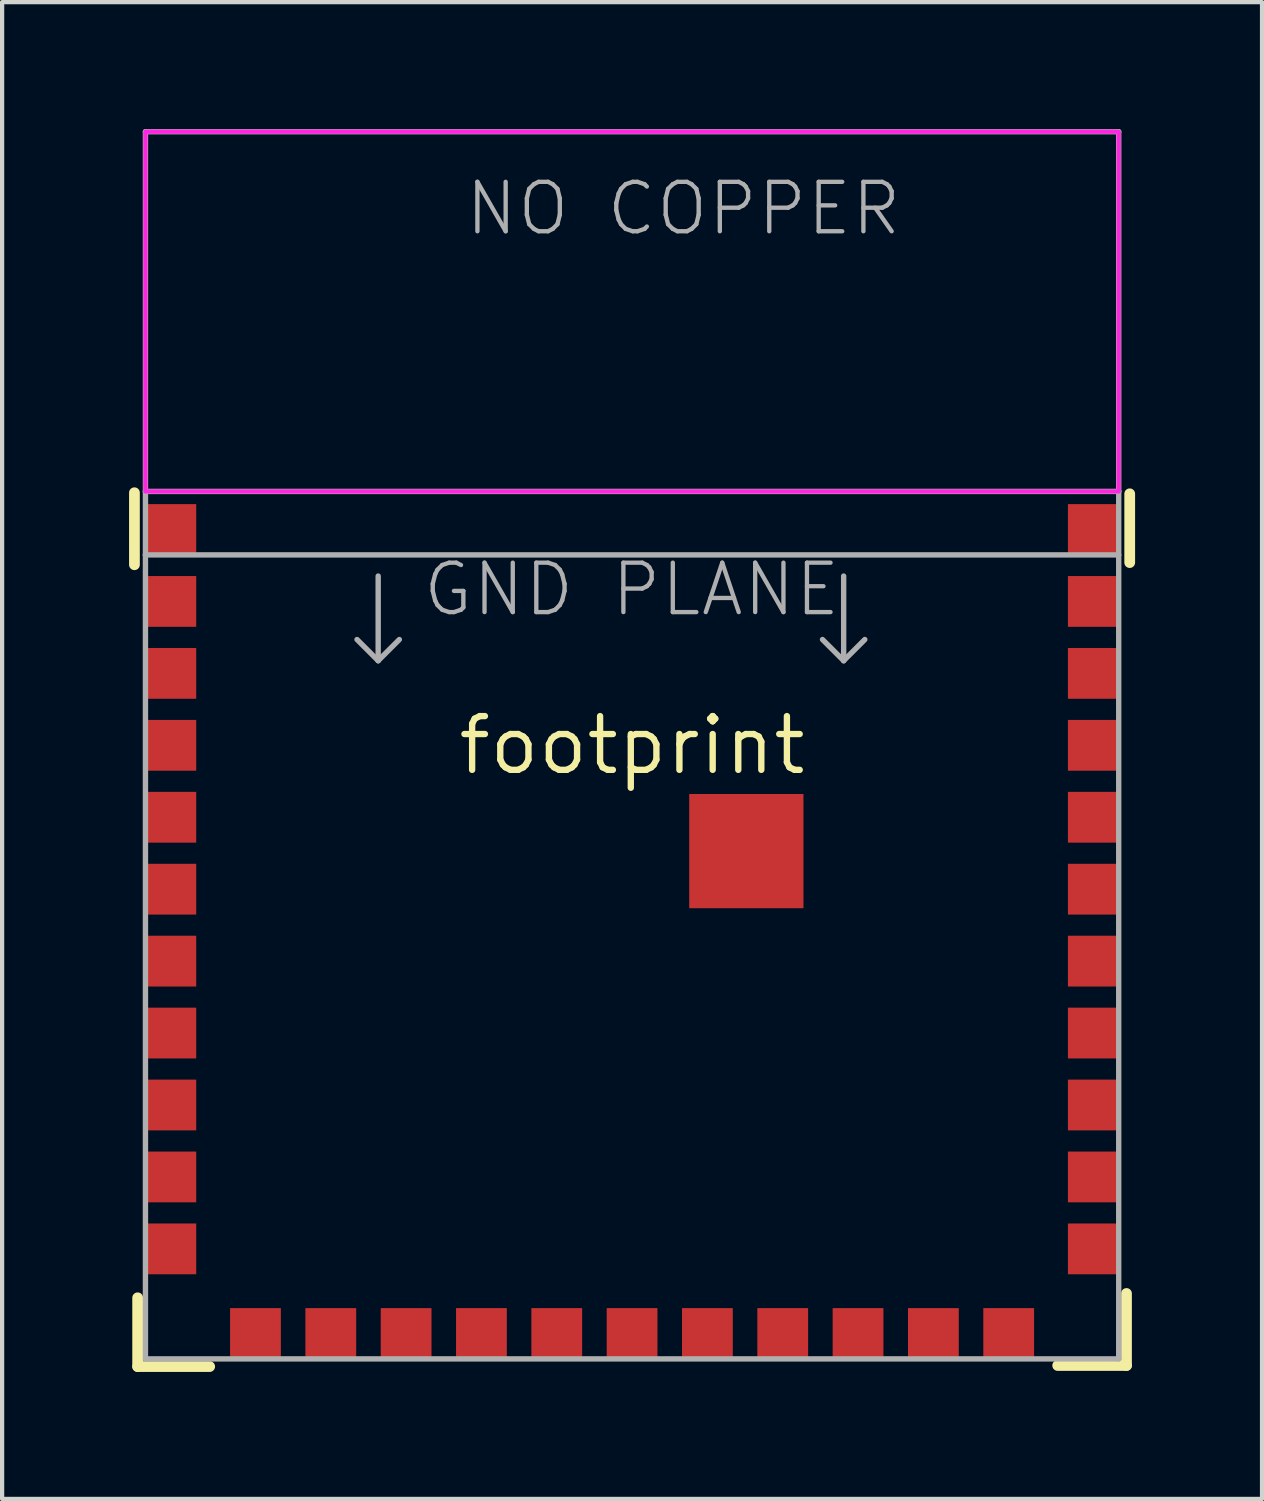
<source format=kicad_pcb>
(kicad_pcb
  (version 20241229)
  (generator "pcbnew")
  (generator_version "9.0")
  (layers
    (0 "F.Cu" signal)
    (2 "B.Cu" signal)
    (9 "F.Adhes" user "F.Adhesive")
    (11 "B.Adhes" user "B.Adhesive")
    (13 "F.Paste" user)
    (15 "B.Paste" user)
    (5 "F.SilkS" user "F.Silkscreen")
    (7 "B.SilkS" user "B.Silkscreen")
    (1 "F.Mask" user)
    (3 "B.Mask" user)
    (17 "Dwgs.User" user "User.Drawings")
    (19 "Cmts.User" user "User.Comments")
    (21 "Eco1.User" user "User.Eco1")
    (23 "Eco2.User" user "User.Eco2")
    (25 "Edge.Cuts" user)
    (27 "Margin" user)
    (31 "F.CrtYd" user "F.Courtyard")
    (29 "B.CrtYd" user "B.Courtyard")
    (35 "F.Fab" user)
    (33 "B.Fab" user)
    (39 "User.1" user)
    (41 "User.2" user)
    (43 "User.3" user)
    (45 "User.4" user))
  (footprint "footprint"
    (layer "F.Cu")
    (at 11.887 14.563)
    (property "Reference" "footprint" (at 0 0 0) (layer "F.SilkS") (effects (font (size 1.27 1.27) (thickness 0.15))))
    (fp_line (start -11.76 -5.969) (end -11.76 -4.267) (stroke (width 0.254) (type solid)) (layer "F.SilkS"))
    (fp_line (start -11.684 13.056) (end -11.684 14.681) (stroke (width 0.254) (type solid)) (layer "F.SilkS"))
    (fp_line (start -11.684 14.681) (end -9.982 14.681) (stroke (width 0.254) (type solid)) (layer "F.SilkS"))
    (fp_line (start 10.058 14.656) (end 11.684 14.656) (stroke (width 0.254) (type solid)) (layer "F.SilkS"))
    (fp_line (start 11.684 14.656) (end 11.684 12.954) (stroke (width 0.254) (type solid)) (layer "F.SilkS"))
    (fp_line (start 11.76 -4.318) (end 11.76 -5.944) (stroke (width 0.254) (type solid)) (layer "F.SilkS"))
    (fp_poly (pts (xy -11.5 -6) (xy 11.5 -6) (xy 11.5 -14.5) (xy -11.5 -14.5)) (stroke (width 0.1) (type solid)) (fill no) (layer "F.CrtYd"))
    (fp_line (start -11.5 -14.5) (end -11.5 -6) (stroke (width 0.127) (type solid)) (layer "F.Fab"))
    (fp_line (start -11.5 -6) (end -11.5 -4.5) (stroke (width 0.127) (type solid)) (layer "F.Fab"))
    (fp_line (start -11.5 -6) (end 11.5 -6) (stroke (width 0.127) (type solid)) (layer "F.Fab"))
    (fp_line (start -11.5 -4.5) (end -11.5 14.5) (stroke (width 0.127) (type solid)) (layer "F.Fab"))
    (fp_line (start -11.5 -4.5) (end 11.5 -4.5) (stroke (width 0.127) (type solid)) (layer "F.Fab"))
    (fp_line (start -11.5 14.5) (end 11.5 14.5) (stroke (width 0.127) (type solid)) (layer "F.Fab"))
    (fp_line (start -6.5 -2.5) (end -6 -2) (stroke (width 0.127) (type solid)) (layer "F.Fab"))
    (fp_line (start -6 -4) (end -6 -2) (stroke (width 0.127) (type solid)) (layer "F.Fab"))
    (fp_line (start -6 -2) (end -5.5 -2.5) (stroke (width 0.127) (type solid)) (layer "F.Fab"))
    (fp_line (start 4.5 -2.5) (end 5 -2) (stroke (width 0.127) (type solid)) (layer "F.Fab"))
    (fp_line (start 5 -4) (end 5 -2) (stroke (width 0.127) (type solid)) (layer "F.Fab"))
    (fp_line (start 5 -2) (end 5.5 -2.5) (stroke (width 0.127) (type solid)) (layer "F.Fab"))
    (fp_line (start 11.5 -14.5) (end -11.5 -14.5) (stroke (width 0.127) (type solid)) (layer "F.Fab"))
    (fp_line (start 11.5 -6) (end 11.5 -14.5) (stroke (width 0.127) (type solid)) (layer "F.Fab"))
    (fp_line (start 11.5 14.5) (end 11.5 -6) (stroke (width 0.127) (type solid)) (layer "F.Fab"))
    (fp_text user "GND PLANE" (at -5 -3 0) (layer "F.Fab") (effects (font (size 1.168 1.168) (thickness 0.102)) (justify left bottom)))
    (fp_text user "NO COPPER" (at -4 -12 0) (layer "F.Fab") (effects (font (size 1.168 1.168) (thickness 0.102)) (justify left bottom)))
    (pad "1" smd rect (at -8.9 13.9 180) (size 1.2 1.2) (layers "F.Cu" "F.Mask" "F.Paste"))
    (pad "2" smd rect (at -7.12 13.9 180) (size 1.2 1.2) (layers "F.Cu" "F.Mask" "F.Paste"))
    (pad "3" smd rect (at -5.34 13.9 180) (size 1.2 1.2) (layers "F.Cu" "F.Mask" "F.Paste"))
    (pad "4" smd rect (at -3.56 13.9 180) (size 1.2 1.2) (layers "F.Cu" "F.Mask" "F.Paste"))
    (pad "5" smd rect (at -1.78 13.9 180) (size 1.2 1.2) (layers "F.Cu" "F.Mask" "F.Paste"))
    (pad "6" smd rect (at 0 13.9 180) (size 1.2 1.2) (layers "F.Cu" "F.Mask" "F.Paste"))
    (pad "7" smd rect (at 1.78 13.9 180) (size 1.2 1.2) (layers "F.Cu" "F.Mask" "F.Paste"))
    (pad "8" smd rect (at 3.56 13.9 180) (size 1.2 1.2) (layers "F.Cu" "F.Mask" "F.Paste"))
    (pad "9" smd rect (at 5.34 13.9 180) (size 1.2 1.2) (layers "F.Cu" "F.Mask" "F.Paste"))
    (pad "10" smd rect (at 7.12 13.9 180) (size 1.2 1.2) (layers "F.Cu" "F.Mask" "F.Paste"))
    (pad "11" smd rect (at 8.9 13.9 180) (size 1.2 1.2) (layers "F.Cu" "F.Mask" "F.Paste"))
    (pad "12" smd rect (at 10.9 11.9 180) (size 1.2 1.2) (layers "F.Cu" "F.Mask" "F.Paste"))
    (pad "13" smd rect (at 10.9 10.2 180) (size 1.2 1.2) (layers "F.Cu" "F.Mask" "F.Paste"))
    (pad "14" smd rect (at 10.9 8.5 180) (size 1.2 1.2) (layers "F.Cu" "F.Mask" "F.Paste"))
    (pad "15" smd rect (at 10.9 6.8 180) (size 1.2 1.2) (layers "F.Cu" "F.Mask" "F.Paste"))
    (pad "16" smd rect (at 10.9 5.1 180) (size 1.2 1.2) (layers "F.Cu" "F.Mask" "F.Paste"))
    (pad "17" smd rect (at 10.9 3.4 180) (size 1.2 1.2) (layers "F.Cu" "F.Mask" "F.Paste"))
    (pad "18" smd rect (at 10.9 1.7 180) (size 1.2 1.2) (layers "F.Cu" "F.Mask" "F.Paste"))
    (pad "19" smd rect (at 10.9 0 180) (size 1.2 1.2) (layers "F.Cu" "F.Mask" "F.Paste"))
    (pad "20" smd rect (at 10.9 -1.7 180) (size 1.2 1.2) (layers "F.Cu" "F.Mask" "F.Paste"))
    (pad "21" smd rect (at 10.9 -3.4 180) (size 1.2 1.2) (layers "F.Cu" "F.Mask" "F.Paste"))
    (pad "22" smd rect (at 10.9 -5.1 180) (size 1.2 1.2) (layers "F.Cu" "F.Mask" "F.Paste"))
    (pad "42" smd rect (at -10.9 -5.1 180) (size 1.2 1.2) (layers "F.Cu" "F.Mask" "F.Paste"))
    (pad "43" smd rect (at -10.9 -3.4 180) (size 1.2 1.2) (layers "F.Cu" "F.Mask" "F.Paste"))
    (pad "44" smd rect (at -10.9 -1.7 180) (size 1.2 1.2) (layers "F.Cu" "F.Mask" "F.Paste"))
    (pad "45" smd rect (at -10.9 0 180) (size 1.2 1.2) (layers "F.Cu" "F.Mask" "F.Paste"))
    (pad "46" smd rect (at -10.9 1.7 180) (size 1.2 1.2) (layers "F.Cu" "F.Mask" "F.Paste"))
    (pad "47" smd rect (at -10.9 3.4 180) (size 1.2 1.2) (layers "F.Cu" "F.Mask" "F.Paste"))
    (pad "48" smd rect (at -10.9 5.1 180) (size 1.2 1.2) (layers "F.Cu" "F.Mask" "F.Paste"))
    (pad "49" smd rect (at -10.9 6.8 180) (size 1.2 1.2) (layers "F.Cu" "F.Mask" "F.Paste"))
    (pad "50" smd rect (at -10.9 8.5 180) (size 1.2 1.2) (layers "F.Cu" "F.Mask" "F.Paste"))
    (pad "51" smd rect (at -10.9 10.2 180) (size 1.2 1.2) (layers "F.Cu" "F.Mask" "F.Paste"))
    (pad "52" smd rect (at -10.9 11.9 180) (size 1.2 1.2) (layers "F.Cu" "F.Mask" "F.Paste"))
    (pad "GND" smd rect (at 2.7 2.5) (size 2.7 2.7) (layers "F.Cu" "F.Mask" "F.Paste")))
  (gr_rect
    (start -3 -3)
    (end 26.774 32.372)
    (stroke (width 0.1) (type default))
    (fill no)
    (layer "Edge.Cuts")))
</source>
